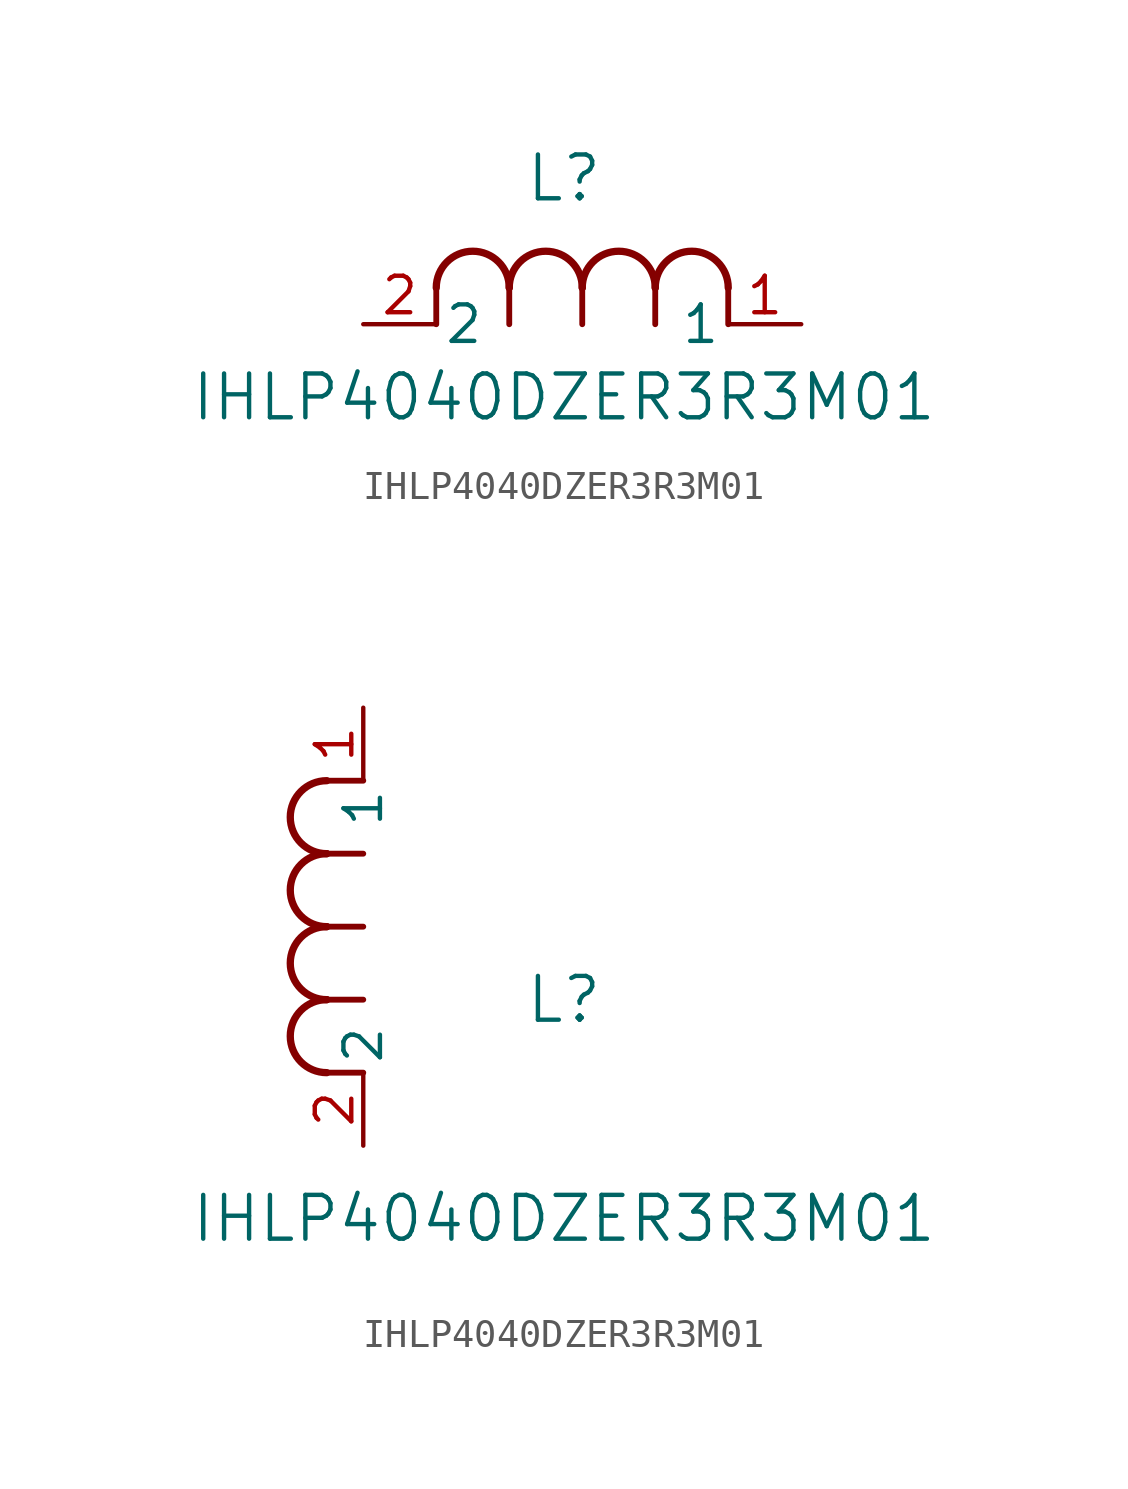
<source format=kicad_sym>
(kicad_symbol_lib
  (version 20211014)
  (generator kicad_symbol_editor)
  (symbol "IHLP4040DZER3R3M01"
    (pin_names
      (offset 0.254))
    (property "Reference" "L"
      (at 6.985 5.08 0)
      (effects (font (size 1.524 1.524))))
    (property "Value" "IHLP4040DZER3R3M01"
      (at 6.985 -2.54 0)
      (effects (font (size 1.524 1.524))))
    (symbol "IHLP4040DZER3R3M01_1_1"
      (arc (start 7.62 1.27) (mid 6.35 2.54) (end 5.08 1.27) (stroke (width 0.254) (type default) (color 0 0 0 0)) (fill (type none)))
      (polyline (pts (xy 5.08 0) (xy 5.08 1.27)) (stroke (width 0.203) (type default) (color 0 0 0 0)) (fill (type none)))
      (polyline (pts (xy 7.62 0) (xy 7.62 1.27)) (stroke (width 0.203) (type default) (color 0 0 0 0)) (fill (type none)))
      (polyline (pts (xy 12.7 0) (xy 12.7 1.27)) (stroke (width 0.203) (type default) (color 0 0 0 0)) (fill (type none)))
      (arc (start 5.08 1.27) (mid 3.81 2.54) (end 2.54 1.27) (stroke (width 0.254) (type default) (color 0 0 0 0)) (fill (type none)))
      (arc (start 10.16 1.27) (mid 8.89 2.54) (end 7.62 1.27) (stroke (width 0.254) (type default) (color 0 0 0 0)) (fill (type none)))
      (arc (start 12.7 1.27) (mid 11.43 2.54) (end 10.16 1.27) (stroke (width 0.254) (type default) (color 0 0 0 0)) (fill (type none)))
      (polyline (pts (xy 2.54 0) (xy 2.54 1.27)) (stroke (width 0.203) (type default) (color 0 0 0 0)) (fill (type none)))
      (polyline (pts (xy 10.16 0) (xy 10.16 1.27)) (stroke (width 0.203) (type default) (color 0 0 0 0)) (fill (type none)))
      (pin unspecified line (at 0 0 0) (length 2.54) (name "2" (effects (font (size 1.27 1.27)))) (number "2" (effects (font (size 1.27 1.27)))))
      (pin unspecified line (at 15.24 0 180) (length 2.54) (name "1" (effects (font (size 1.27 1.27)))) (number "1" (effects (font (size 1.27 1.27))))))
    (symbol "IHLP4040DZER3R3M01_1_2"
      (arc (start -1.27 7.62) (mid -2.54 6.35) (end -1.27 5.08) (stroke (width 0.254) (type default) (color 0 0 0 0)) (fill (type none)))
      (arc (start -1.27 5.08) (mid -2.54 3.81) (end -1.27 2.54) (stroke (width 0.254) (type default) (color 0 0 0 0)) (fill (type none)))
      (arc (start -1.27 12.7) (mid -2.54 11.43) (end -1.27 10.16) (stroke (width 0.254) (type default) (color 0 0 0 0)) (fill (type none)))
      (arc (start -1.27 10.16) (mid -2.54 8.89) (end -1.27 7.62) (stroke (width 0.254) (type default) (color 0 0 0 0)) (fill (type none)))
      (polyline (pts (xy 0 7.62) (xy -1.27 7.62)) (stroke (width 0.203) (type default) (color 0 0 0 0)) (fill (type none)))
      (polyline (pts (xy 0 5.08) (xy -1.27 5.08)) (stroke (width 0.203) (type default) (color 0 0 0 0)) (fill (type none)))
      (polyline (pts (xy 0 12.7) (xy -1.27 12.7)) (stroke (width 0.203) (type default) (color 0 0 0 0)) (fill (type none)))
      (polyline (pts (xy 0 2.54) (xy -1.27 2.54)) (stroke (width 0.203) (type default) (color 0 0 0 0)) (fill (type none)))
      (polyline (pts (xy 0 10.16) (xy -1.27 10.16)) (stroke (width 0.203) (type default) (color 0 0 0 0)) (fill (type none)))
      (pin unspecified line (at 0 0 90) (length 2.54) (name "2" (effects (font (size 1.27 1.27)))) (number "2" (effects (font (size 1.27 1.27)))))
      (pin unspecified line (at 0 15.24 270) (length 2.54) (name "1" (effects (font (size 1.27 1.27)))) (number "1" (effects (font (size 1.27 1.27))))))))
</source>
